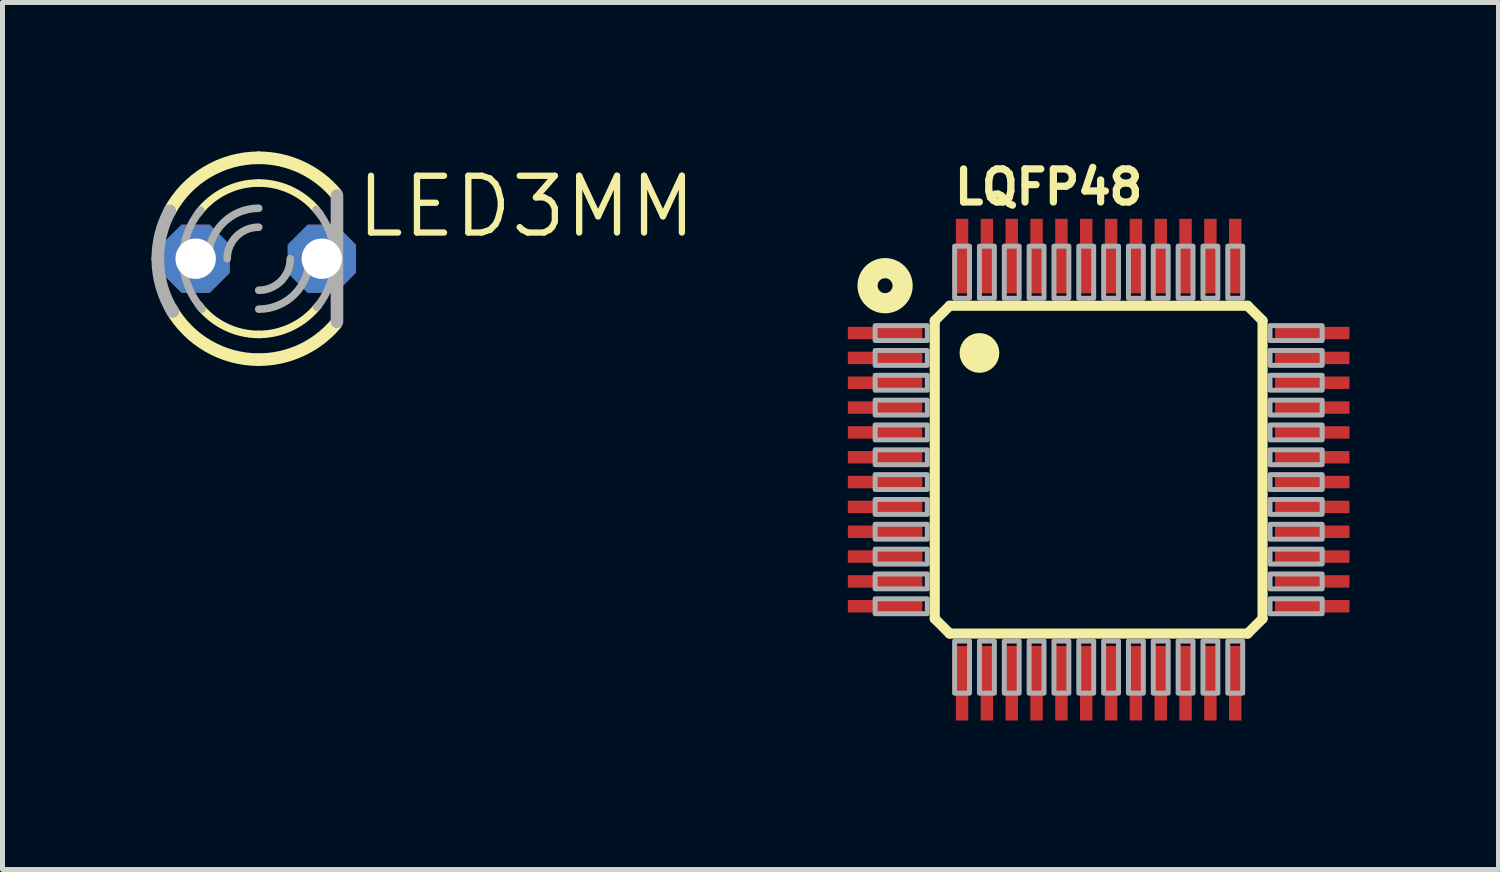
<source format=kicad_pcb>
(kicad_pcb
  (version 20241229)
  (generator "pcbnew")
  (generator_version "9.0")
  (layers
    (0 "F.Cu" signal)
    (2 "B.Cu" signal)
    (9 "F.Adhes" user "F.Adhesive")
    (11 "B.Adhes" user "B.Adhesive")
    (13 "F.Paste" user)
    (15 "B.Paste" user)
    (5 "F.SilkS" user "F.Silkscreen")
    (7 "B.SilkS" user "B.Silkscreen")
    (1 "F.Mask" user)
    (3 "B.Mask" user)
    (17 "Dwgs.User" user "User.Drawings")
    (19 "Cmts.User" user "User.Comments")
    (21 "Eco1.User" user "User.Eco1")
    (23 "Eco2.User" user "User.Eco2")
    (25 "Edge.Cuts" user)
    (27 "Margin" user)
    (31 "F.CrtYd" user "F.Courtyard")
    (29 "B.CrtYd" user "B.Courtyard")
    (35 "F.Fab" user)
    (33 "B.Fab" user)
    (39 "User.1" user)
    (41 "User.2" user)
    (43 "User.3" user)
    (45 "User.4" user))
  (footprint "LQFP48"
    (layer "F.Cu")
    (at 19.07 6.406)
    (property "Reference" "LQFP48" (at -2.974 -5.3 0) (layer "F.SilkS") (effects (font (size 0.666 0.666) (thickness 0.146)) (justify left bottom)))
    (fp_line (start -3.3 -3) (end -3.3 3) (stroke (width 0.203) (type solid)) (layer "F.SilkS"))
    (fp_line (start -3.3 3) (end -3 3.3) (stroke (width 0.203) (type solid)) (layer "F.SilkS"))
    (fp_line (start -3 -3.3) (end -3.3 -3) (stroke (width 0.203) (type solid)) (layer "F.SilkS"))
    (fp_line (start -3 3.3) (end 3 3.3) (stroke (width 0.203) (type solid)) (layer "F.SilkS"))
    (fp_line (start 3 -3.3) (end -3 -3.3) (stroke (width 0.203) (type solid)) (layer "F.SilkS"))
    (fp_line (start 3 3.3) (end 3.3 3) (stroke (width 0.203) (type solid)) (layer "F.SilkS"))
    (fp_line (start 3.3 -3) (end 3 -3.3) (stroke (width 0.203) (type solid)) (layer "F.SilkS"))
    (fp_line (start 3.3 3) (end 3.3 -3) (stroke (width 0.203) (type solid)) (layer "F.SilkS"))
    (fp_circle (center -4.3 -3.704) (end -4.15 -3.704) (stroke (width 0.406) (type solid)) (fill no) (layer "F.SilkS"))
    (fp_circle (center -2.4 -2.35) (end -2.2 -2.35) (stroke (width 0.4) (type solid)) (fill no) (layer "F.SilkS"))
    (fp_poly (pts (xy -4.5 -2.6) (xy -3.45 -2.6) (xy -3.45 -2.9) (xy -4.5 -2.9)) (stroke (width 0.1) (type default)) (fill no) (layer "F.Fab"))
    (fp_poly (pts (xy -4.5 -2.1) (xy -3.45 -2.1) (xy -3.45 -2.4) (xy -4.5 -2.4)) (stroke (width 0.1) (type default)) (fill no) (layer "F.Fab"))
    (fp_poly (pts (xy -4.5 -1.6) (xy -3.45 -1.6) (xy -3.45 -1.9) (xy -4.5 -1.9)) (stroke (width 0.1) (type default)) (fill no) (layer "F.Fab"))
    (fp_poly (pts (xy -4.5 -1.1) (xy -3.45 -1.1) (xy -3.45 -1.4) (xy -4.5 -1.4)) (stroke (width 0.1) (type default)) (fill no) (layer "F.Fab"))
    (fp_poly (pts (xy -4.5 -0.6) (xy -3.45 -0.6) (xy -3.45 -0.9) (xy -4.5 -0.9)) (stroke (width 0.1) (type default)) (fill no) (layer "F.Fab"))
    (fp_poly (pts (xy -4.5 -0.1) (xy -3.45 -0.1) (xy -3.45 -0.4) (xy -4.5 -0.4)) (stroke (width 0.1) (type default)) (fill no) (layer "F.Fab"))
    (fp_poly (pts (xy -4.5 0.4) (xy -3.45 0.4) (xy -3.45 0.1) (xy -4.5 0.1)) (stroke (width 0.1) (type default)) (fill no) (layer "F.Fab"))
    (fp_poly (pts (xy -4.5 0.9) (xy -3.45 0.9) (xy -3.45 0.6) (xy -4.5 0.6)) (stroke (width 0.1) (type default)) (fill no) (layer "F.Fab"))
    (fp_poly (pts (xy -4.5 1.4) (xy -3.45 1.4) (xy -3.45 1.1) (xy -4.5 1.1)) (stroke (width 0.1) (type default)) (fill no) (layer "F.Fab"))
    (fp_poly (pts (xy -4.5 1.9) (xy -3.45 1.9) (xy -3.45 1.6) (xy -4.5 1.6)) (stroke (width 0.1) (type default)) (fill no) (layer "F.Fab"))
    (fp_poly (pts (xy -4.5 2.4) (xy -3.45 2.4) (xy -3.45 2.1) (xy -4.5 2.1)) (stroke (width 0.1) (type default)) (fill no) (layer "F.Fab"))
    (fp_poly (pts (xy -4.5 2.9) (xy -3.45 2.9) (xy -3.45 2.6) (xy -4.5 2.6)) (stroke (width 0.1) (type default)) (fill no) (layer "F.Fab"))
    (fp_poly (pts (xy -2.9 -3.45) (xy -2.6 -3.45) (xy -2.6 -4.5) (xy -2.9 -4.5)) (stroke (width 0.1) (type default)) (fill no) (layer "F.Fab"))
    (fp_poly (pts (xy -2.9 4.5) (xy -2.6 4.5) (xy -2.6 3.45) (xy -2.9 3.45)) (stroke (width 0.1) (type default)) (fill no) (layer "F.Fab"))
    (fp_poly (pts (xy -2.4 -3.45) (xy -2.1 -3.45) (xy -2.1 -4.5) (xy -2.4 -4.5)) (stroke (width 0.1) (type default)) (fill no) (layer "F.Fab"))
    (fp_poly (pts (xy -2.4 4.5) (xy -2.1 4.5) (xy -2.1 3.45) (xy -2.4 3.45)) (stroke (width 0.1) (type default)) (fill no) (layer "F.Fab"))
    (fp_poly (pts (xy -1.9 -3.45) (xy -1.6 -3.45) (xy -1.6 -4.5) (xy -1.9 -4.5)) (stroke (width 0.1) (type default)) (fill no) (layer "F.Fab"))
    (fp_poly (pts (xy -1.9 4.5) (xy -1.6 4.5) (xy -1.6 3.45) (xy -1.9 3.45)) (stroke (width 0.1) (type default)) (fill no) (layer "F.Fab"))
    (fp_poly (pts (xy -1.4 -3.45) (xy -1.1 -3.45) (xy -1.1 -4.5) (xy -1.4 -4.5)) (stroke (width 0.1) (type default)) (fill no) (layer "F.Fab"))
    (fp_poly (pts (xy -1.4 4.5) (xy -1.1 4.5) (xy -1.1 3.45) (xy -1.4 3.45)) (stroke (width 0.1) (type default)) (fill no) (layer "F.Fab"))
    (fp_poly (pts (xy -0.9 -3.45) (xy -0.6 -3.45) (xy -0.6 -4.5) (xy -0.9 -4.5)) (stroke (width 0.1) (type default)) (fill no) (layer "F.Fab"))
    (fp_poly (pts (xy -0.9 4.5) (xy -0.6 4.5) (xy -0.6 3.45) (xy -0.9 3.45)) (stroke (width 0.1) (type default)) (fill no) (layer "F.Fab"))
    (fp_poly (pts (xy -0.4 -3.45) (xy -0.1 -3.45) (xy -0.1 -4.5) (xy -0.4 -4.5)) (stroke (width 0.1) (type default)) (fill no) (layer "F.Fab"))
    (fp_poly (pts (xy -0.4 4.5) (xy -0.1 4.5) (xy -0.1 3.45) (xy -0.4 3.45)) (stroke (width 0.1) (type default)) (fill no) (layer "F.Fab"))
    (fp_poly (pts (xy 0.1 -3.45) (xy 0.4 -3.45) (xy 0.4 -4.5) (xy 0.1 -4.5)) (stroke (width 0.1) (type default)) (fill no) (layer "F.Fab"))
    (fp_poly (pts (xy 0.1 4.5) (xy 0.4 4.5) (xy 0.4 3.45) (xy 0.1 3.45)) (stroke (width 0.1) (type default)) (fill no) (layer "F.Fab"))
    (fp_poly (pts (xy 0.6 -3.45) (xy 0.9 -3.45) (xy 0.9 -4.5) (xy 0.6 -4.5)) (stroke (width 0.1) (type default)) (fill no) (layer "F.Fab"))
    (fp_poly (pts (xy 0.6 4.5) (xy 0.9 4.5) (xy 0.9 3.45) (xy 0.6 3.45)) (stroke (width 0.1) (type default)) (fill no) (layer "F.Fab"))
    (fp_poly (pts (xy 1.1 -3.45) (xy 1.4 -3.45) (xy 1.4 -4.5) (xy 1.1 -4.5)) (stroke (width 0.1) (type default)) (fill no) (layer "F.Fab"))
    (fp_poly (pts (xy 1.1 4.5) (xy 1.4 4.5) (xy 1.4 3.45) (xy 1.1 3.45)) (stroke (width 0.1) (type default)) (fill no) (layer "F.Fab"))
    (fp_poly (pts (xy 1.6 -3.45) (xy 1.9 -3.45) (xy 1.9 -4.5) (xy 1.6 -4.5)) (stroke (width 0.1) (type default)) (fill no) (layer "F.Fab"))
    (fp_poly (pts (xy 1.6 4.5) (xy 1.9 4.5) (xy 1.9 3.45) (xy 1.6 3.45)) (stroke (width 0.1) (type default)) (fill no) (layer "F.Fab"))
    (fp_poly (pts (xy 2.1 -3.45) (xy 2.4 -3.45) (xy 2.4 -4.5) (xy 2.1 -4.5)) (stroke (width 0.1) (type default)) (fill no) (layer "F.Fab"))
    (fp_poly (pts (xy 2.1 4.5) (xy 2.4 4.5) (xy 2.4 3.45) (xy 2.1 3.45)) (stroke (width 0.1) (type default)) (fill no) (layer "F.Fab"))
    (fp_poly (pts (xy 2.6 -3.45) (xy 2.9 -3.45) (xy 2.9 -4.5) (xy 2.6 -4.5)) (stroke (width 0.1) (type default)) (fill no) (layer "F.Fab"))
    (fp_poly (pts (xy 2.6 4.5) (xy 2.9 4.5) (xy 2.9 3.45) (xy 2.6 3.45)) (stroke (width 0.1) (type default)) (fill no) (layer "F.Fab"))
    (fp_poly (pts (xy 3.45 -2.6) (xy 4.5 -2.6) (xy 4.5 -2.9) (xy 3.45 -2.9)) (stroke (width 0.1) (type default)) (fill no) (layer "F.Fab"))
    (fp_poly (pts (xy 3.45 -2.1) (xy 4.5 -2.1) (xy 4.5 -2.4) (xy 3.45 -2.4)) (stroke (width 0.1) (type default)) (fill no) (layer "F.Fab"))
    (fp_poly (pts (xy 3.45 -1.6) (xy 4.5 -1.6) (xy 4.5 -1.9) (xy 3.45 -1.9)) (stroke (width 0.1) (type default)) (fill no) (layer "F.Fab"))
    (fp_poly (pts (xy 3.45 -1.1) (xy 4.5 -1.1) (xy 4.5 -1.4) (xy 3.45 -1.4)) (stroke (width 0.1) (type default)) (fill no) (layer "F.Fab"))
    (fp_poly (pts (xy 3.45 -0.6) (xy 4.5 -0.6) (xy 4.5 -0.9) (xy 3.45 -0.9)) (stroke (width 0.1) (type default)) (fill no) (layer "F.Fab"))
    (fp_poly (pts (xy 3.45 -0.1) (xy 4.5 -0.1) (xy 4.5 -0.4) (xy 3.45 -0.4)) (stroke (width 0.1) (type default)) (fill no) (layer "F.Fab"))
    (fp_poly (pts (xy 3.45 0.4) (xy 4.5 0.4) (xy 4.5 0.1) (xy 3.45 0.1)) (stroke (width 0.1) (type default)) (fill no) (layer "F.Fab"))
    (fp_poly (pts (xy 3.45 0.9) (xy 4.5 0.9) (xy 4.5 0.6) (xy 3.45 0.6)) (stroke (width 0.1) (type default)) (fill no) (layer "F.Fab"))
    (fp_poly (pts (xy 3.45 1.4) (xy 4.5 1.4) (xy 4.5 1.1) (xy 3.45 1.1)) (stroke (width 0.1) (type default)) (fill no) (layer "F.Fab"))
    (fp_poly (pts (xy 3.45 1.9) (xy 4.5 1.9) (xy 4.5 1.6) (xy 3.45 1.6)) (stroke (width 0.1) (type default)) (fill no) (layer "F.Fab"))
    (fp_poly (pts (xy 3.45 2.4) (xy 4.5 2.4) (xy 4.5 2.1) (xy 3.45 2.1)) (stroke (width 0.1) (type default)) (fill no) (layer "F.Fab"))
    (fp_poly (pts (xy 3.45 2.9) (xy 4.5 2.9) (xy 4.5 2.6) (xy 3.45 2.6)) (stroke (width 0.1) (type default)) (fill no) (layer "F.Fab"))
    (pad "1" smd rect (at -4.3 -2.75) (size 1.5 0.25) (layers "F.Cu" "F.Mask" "F.Paste"))
    (pad "2" smd rect (at -4.3 -2.25) (size 1.5 0.25) (layers "F.Cu" "F.Mask" "F.Paste"))
    (pad "3" smd rect (at -4.3 -1.75) (size 1.5 0.25) (layers "F.Cu" "F.Mask" "F.Paste"))
    (pad "4" smd rect (at -4.3 -1.25) (size 1.5 0.25) (layers "F.Cu" "F.Mask" "F.Paste"))
    (pad "5" smd rect (at -4.3 -0.75) (size 1.5 0.25) (layers "F.Cu" "F.Mask" "F.Paste"))
    (pad "6" smd rect (at -4.3 -0.25) (size 1.5 0.25) (layers "F.Cu" "F.Mask" "F.Paste"))
    (pad "7" smd rect (at -4.3 0.25) (size 1.5 0.25) (layers "F.Cu" "F.Mask" "F.Paste"))
    (pad "8" smd rect (at -4.3 0.75) (size 1.5 0.25) (layers "F.Cu" "F.Mask" "F.Paste"))
    (pad "9" smd rect (at -4.3 1.25) (size 1.5 0.25) (layers "F.Cu" "F.Mask" "F.Paste"))
    (pad "10" smd rect (at -4.3 1.75) (size 1.5 0.25) (layers "F.Cu" "F.Mask" "F.Paste"))
    (pad "11" smd rect (at -4.3 2.25) (size 1.5 0.25) (layers "F.Cu" "F.Mask" "F.Paste"))
    (pad "12" smd rect (at -4.3 2.75) (size 1.5 0.25) (layers "F.Cu" "F.Mask" "F.Paste"))
    (pad "13" smd rect (at -2.75 4.3) (size 0.25 1.5) (layers "F.Cu" "F.Mask" "F.Paste"))
    (pad "14" smd rect (at -2.25 4.3) (size 0.25 1.5) (layers "F.Cu" "F.Mask" "F.Paste"))
    (pad "15" smd rect (at -1.75 4.3) (size 0.25 1.5) (layers "F.Cu" "F.Mask" "F.Paste"))
    (pad "16" smd rect (at -1.25 4.3) (size 0.25 1.5) (layers "F.Cu" "F.Mask" "F.Paste"))
    (pad "17" smd rect (at -0.75 4.3) (size 0.25 1.5) (layers "F.Cu" "F.Mask" "F.Paste"))
    (pad "18" smd rect (at -0.25 4.3) (size 0.25 1.5) (layers "F.Cu" "F.Mask" "F.Paste"))
    (pad "19" smd rect (at 0.25 4.3) (size 0.25 1.5) (layers "F.Cu" "F.Mask" "F.Paste"))
    (pad "20" smd rect (at 0.75 4.3) (size 0.25 1.5) (layers "F.Cu" "F.Mask" "F.Paste"))
    (pad "21" smd rect (at 1.25 4.3) (size 0.25 1.5) (layers "F.Cu" "F.Mask" "F.Paste"))
    (pad "22" smd rect (at 1.75 4.3) (size 0.25 1.5) (layers "F.Cu" "F.Mask" "F.Paste"))
    (pad "23" smd rect (at 2.25 4.3) (size 0.25 1.5) (layers "F.Cu" "F.Mask" "F.Paste"))
    (pad "24" smd rect (at 2.75 4.3) (size 0.25 1.5) (layers "F.Cu" "F.Mask" "F.Paste"))
    (pad "25" smd rect (at 4.3 2.75) (size 1.5 0.25) (layers "F.Cu" "F.Mask" "F.Paste"))
    (pad "26" smd rect (at 4.3 2.25) (size 1.5 0.25) (layers "F.Cu" "F.Mask" "F.Paste"))
    (pad "27" smd rect (at 4.3 1.75) (size 1.5 0.25) (layers "F.Cu" "F.Mask" "F.Paste"))
    (pad "28" smd rect (at 4.3 1.25) (size 1.5 0.25) (layers "F.Cu" "F.Mask" "F.Paste"))
    (pad "29" smd rect (at 4.3 0.75) (size 1.5 0.25) (layers "F.Cu" "F.Mask" "F.Paste"))
    (pad "30" smd rect (at 4.3 0.25) (size 1.5 0.25) (layers "F.Cu" "F.Mask" "F.Paste"))
    (pad "31" smd rect (at 4.3 -0.25) (size 1.5 0.25) (layers "F.Cu" "F.Mask" "F.Paste"))
    (pad "32" smd rect (at 4.3 -0.75) (size 1.5 0.25) (layers "F.Cu" "F.Mask" "F.Paste"))
    (pad "33" smd rect (at 4.3 -1.25) (size 1.5 0.25) (layers "F.Cu" "F.Mask" "F.Paste"))
    (pad "34" smd rect (at 4.3 -1.75) (size 1.5 0.25) (layers "F.Cu" "F.Mask" "F.Paste"))
    (pad "35" smd rect (at 4.3 -2.25) (size 1.5 0.25) (layers "F.Cu" "F.Mask" "F.Paste"))
    (pad "36" smd rect (at 4.3 -2.75) (size 1.5 0.25) (layers "F.Cu" "F.Mask" "F.Paste"))
    (pad "37" smd rect (at 2.75 -4.3) (size 0.25 1.5) (layers "F.Cu" "F.Mask" "F.Paste"))
    (pad "38" smd rect (at 2.25 -4.3) (size 0.25 1.5) (layers "F.Cu" "F.Mask" "F.Paste"))
    (pad "39" smd rect (at 1.75 -4.3) (size 0.25 1.5) (layers "F.Cu" "F.Mask" "F.Paste"))
    (pad "40" smd rect (at 1.25 -4.3) (size 0.25 1.5) (layers "F.Cu" "F.Mask" "F.Paste"))
    (pad "41" smd rect (at 0.75 -4.3) (size 0.25 1.5) (layers "F.Cu" "F.Mask" "F.Paste"))
    (pad "42" smd rect (at 0.25 -4.3) (size 0.25 1.5) (layers "F.Cu" "F.Mask" "F.Paste"))
    (pad "43" smd rect (at -0.25 -4.3) (size 0.25 1.5) (layers "F.Cu" "F.Mask" "F.Paste"))
    (pad "44" smd rect (at -0.75 -4.3) (size 0.25 1.5) (layers "F.Cu" "F.Mask" "F.Paste"))
    (pad "45" smd rect (at -1.25 -4.3) (size 0.25 1.5) (layers "F.Cu" "F.Mask" "F.Paste"))
    (pad "46" smd rect (at -1.75 -4.3) (size 0.25 1.5) (layers "F.Cu" "F.Mask" "F.Paste"))
    (pad "47" smd rect (at -2.25 -4.3) (size 0.25 1.5) (layers "F.Cu" "F.Mask" "F.Paste"))
    (pad "48" smd rect (at -2.75 -4.3) (size 0.25 1.5) (layers "F.Cu" "F.Mask" "F.Paste")))
  (footprint "LED3MM"
    (layer "F.Cu")
    (at 2.159 2.159)
    (property "Reference" "LED3MM" (at 1.905 -0.381 0) (layer "F.SilkS") (effects (font (size 1.143 1.143) (thickness 0.127)) (justify left bottom)))
    (fp_arc (start -1.7929 -0.9562) (mid -1.045438 -1.7424) (end 0 -2.032) (stroke (width 0.254) (type solid)) (layer "F.SilkS"))
    (fp_arc (start -1.2192 -0.9144) (mid -0.681554 -1.363107) (end 0 -1.524) (stroke (width 0.1524) (type solid)) (layer "F.SilkS"))
    (fp_arc (start 0 -2.032) (mid 0.861864 -1.840173) (end 1.561 -1.3009) (stroke (width 0.254) (type solid)) (layer "F.SilkS"))
    (fp_arc (start 0 -1.524) (mid 0.697339 -1.355082) (end 1.2401 -0.885801) (stroke (width 0.1524) (type solid)) (layer "F.SilkS"))
    (fp_arc (start 0 1.524) (mid -0.669593 1.369018) (end -1.203 0.9356) (stroke (width 0.1524) (type solid)) (layer "F.SilkS"))
    (fp_arc (start 0 2.032) (mid -1.019924 1.757525) (end -1.7643 1.0082) (stroke (width 0.254) (type solid)) (layer "F.SilkS"))
    (fp_arc (start 1.203 0.9356) (mid 0.669593 1.369018) (end 0 1.524) (stroke (width 0.1524) (type solid)) (layer "F.SilkS"))
    (fp_arc (start 1.5512 1.3126) (mid 0.854953 1.843405) (end 0 2.032) (stroke (width 0.254) (type solid)) (layer "F.SilkS"))
    (fp_line (start 1.575 1.27) (end 1.575 -1.27) (stroke (width 0.254) (type solid)) (layer "F.Fab"))
    (fp_arc (start -2.032 0) (mid -1.970339 -0.496775) (end -1.7891 -0.9634) (stroke (width 0.254) (type solid)) (layer "F.Fab"))
    (fp_arc (start -1.7306 1.065) (mid -1.95521 0.553417) (end -2.032 0) (stroke (width 0.254) (type solid)) (layer "F.Fab"))
    (fp_arc (start -1.524 0) (mid -1.432981 -0.518783) (end -1.1708 -0.9756) (stroke (width 0.1524) (type solid)) (layer "F.Fab"))
    (fp_arc (start -1.1391 1.0125) (mid -1.42454 0.5416) (end -1.524 0) (stroke (width 0.1524) (type solid)) (layer "F.Fab"))
    (fp_arc (start -1.016 0) (mid -0.71842 -0.71842) (end 0 -1.016) (stroke (width 0.1524) (type solid)) (layer "F.Fab"))
    (fp_arc (start -0.635 0) (mid -0.449013 -0.449013) (end 0 -0.635) (stroke (width 0.1524) (type solid)) (layer "F.Fab"))
    (fp_arc (start 0.635 0) (mid 0.449013 0.449013) (end 0 0.635) (stroke (width 0.1524) (type solid)) (layer "F.Fab"))
    (fp_arc (start 1.016 0) (mid 0.71842 0.71842) (end 0 1.016) (stroke (width 0.1524) (type solid)) (layer "F.Fab"))
    (fp_arc (start 1.1571 -0.9918) (mid 1.429332 -0.528744) (end 1.524 0) (stroke (width 0.1524) (type solid)) (layer "F.Fab"))
    (fp_arc (start 1.524 0) (mid 1.432981 0.518783) (end 1.1708 0.9756) (stroke (width 0.1524) (type solid)) (layer "F.Fab"))
    (pad "A" thru_hole roundrect (at -1.27 0) (size 1.372 1.372) (drill 0.813) (layers "*.Cu" "*.Mask") (roundrect_rratio 0.25) (chamfer_ratio 0.293) (chamfer top_left top_right bottom_left bottom_right))
    (pad "K" thru_hole roundrect (at 1.27 0) (size 1.372 1.372) (drill 0.813) (layers "*.Cu" "*.Mask") (roundrect_rratio 0.25) (chamfer_ratio 0.293) (chamfer top_left top_right bottom_left bottom_right)))
  (gr_rect
    (start -3 -3)
    (end 27.12 14.456)
    (stroke (width 0.1) (type default))
    (fill no)
    (layer "Edge.Cuts")))
</source>
